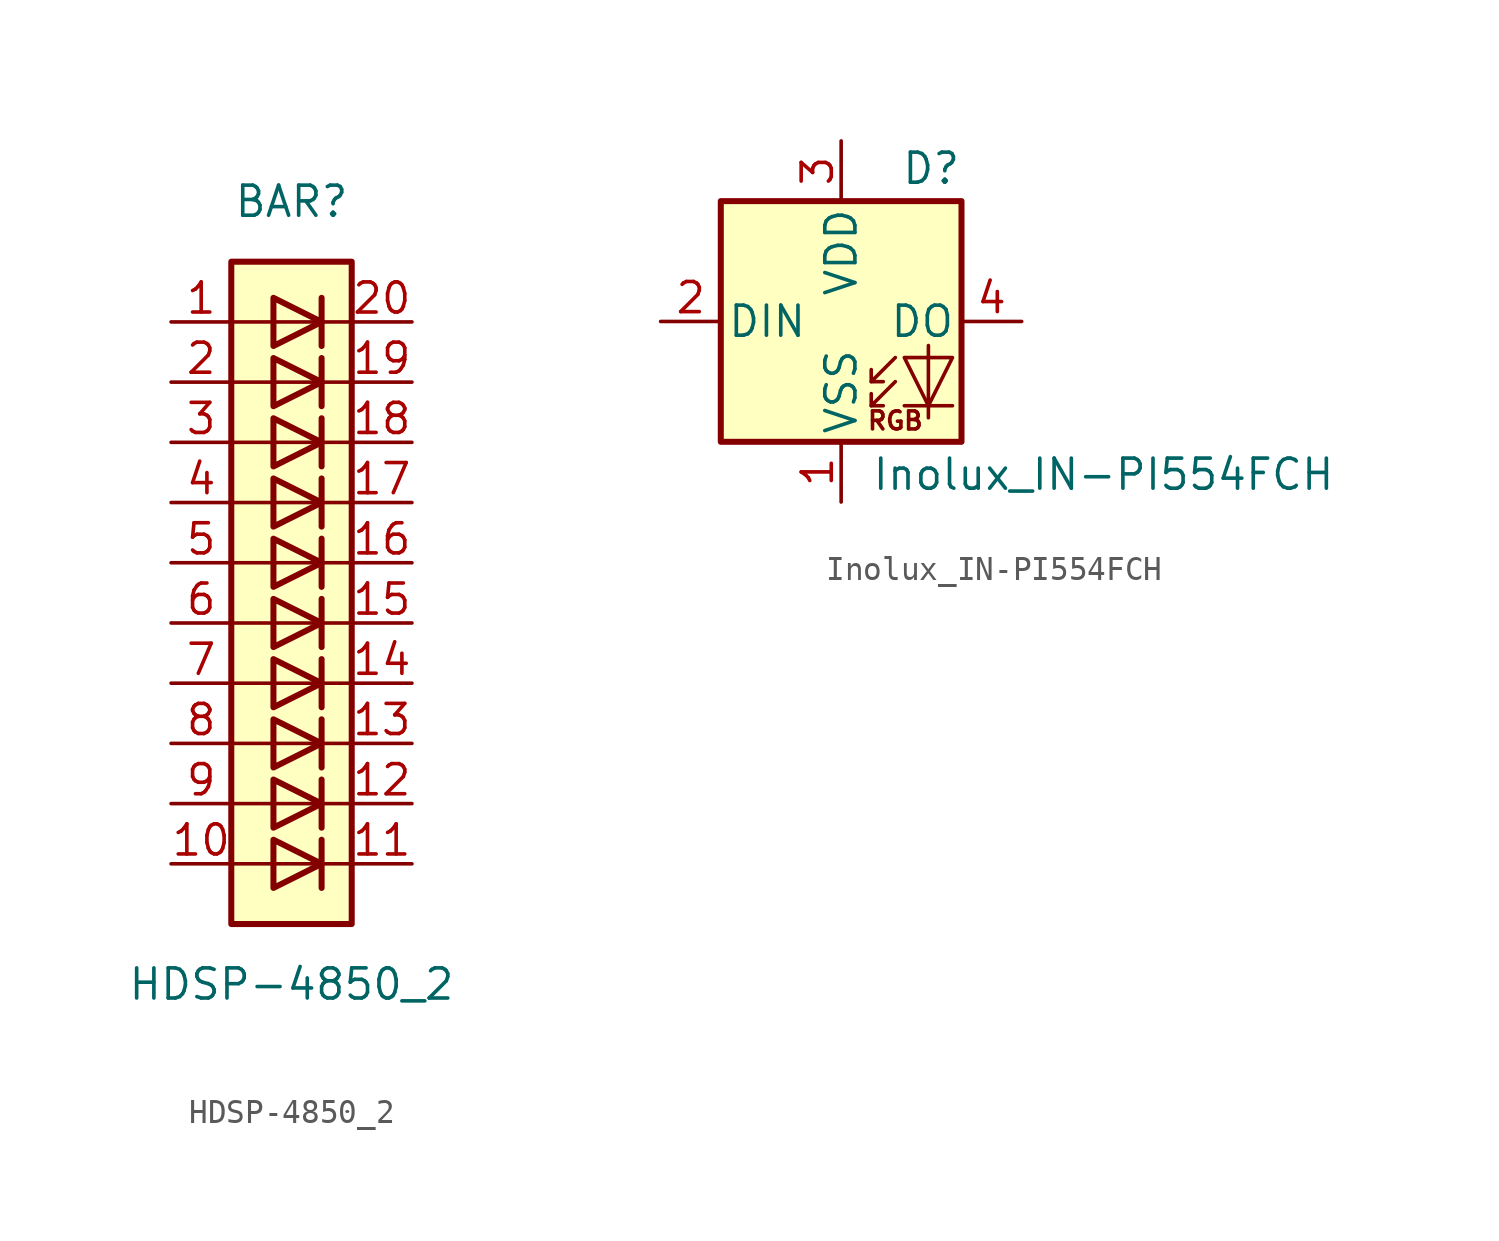
<source format=kicad_sym>
(kicad_symbol_lib
  (version 20211014)
  (generator kicad_symbol_editor)
  (symbol "HDSP-4850_2"
    (pin_names
      (offset 1.016) hide)
    (property "Reference" "BAR"
      (at 0 15.24 0)
      (effects (font (size 1.27 1.27))))
    (property "Value" "HDSP-4850_2"
      (at 0 -17.78 0)
      (effects (font (size 1.27 1.27))))
    (symbol "HDSP-4850_2_0_1"
      (rectangle (start -2.54 12.7) (end 2.54 -15.24) (stroke (width 0.254) (type default) (color 0 0 0 0)) (fill (type background)))
      (polyline (pts (xy -2.54 -12.7) (xy 2.54 -12.7)) (stroke (width 0) (type default) (color 0 0 0 0)) (fill (type none)))
      (polyline (pts (xy -2.54 -10.16) (xy 2.54 -10.16)) (stroke (width 0) (type default) (color 0 0 0 0)) (fill (type none)))
      (polyline (pts (xy -2.54 -7.62) (xy 2.54 -7.62)) (stroke (width 0) (type default) (color 0 0 0 0)) (fill (type none)))
      (polyline (pts (xy -2.54 -5.08) (xy 2.54 -5.08)) (stroke (width 0) (type default) (color 0 0 0 0)) (fill (type none)))
      (polyline (pts (xy -2.54 0) (xy 2.54 0)) (stroke (width 0) (type default) (color 0 0 0 0)) (fill (type none)))
      (polyline (pts (xy -2.54 5.08) (xy 2.54 5.08)) (stroke (width 0) (type default) (color 0 0 0 0)) (fill (type none)))
      (polyline (pts (xy -2.54 7.62) (xy 2.54 7.62)) (stroke (width 0) (type default) (color 0 0 0 0)) (fill (type none)))
      (polyline (pts (xy -2.54 10.16) (xy 2.54 10.16)) (stroke (width 0) (type default) (color 0 0 0 0)) (fill (type none)))
      (polyline (pts (xy 1.27 -11.684) (xy 1.27 -13.716)) (stroke (width 0.254) (type default) (color 0 0 0 0)) (fill (type none)))
      (polyline (pts (xy 1.27 -9.144) (xy 1.27 -11.176)) (stroke (width 0.254) (type default) (color 0 0 0 0)) (fill (type none)))
      (polyline (pts (xy 1.27 -6.604) (xy 1.27 -8.636)) (stroke (width 0.254) (type default) (color 0 0 0 0)) (fill (type none)))
      (polyline (pts (xy 1.27 -4.064) (xy 1.27 -6.096)) (stroke (width 0.254) (type default) (color 0 0 0 0)) (fill (type none)))
      (polyline (pts (xy 1.27 -1.524) (xy 1.27 -3.556)) (stroke (width 0.254) (type default) (color 0 0 0 0)) (fill (type none)))
      (polyline (pts (xy 1.27 1.016) (xy 1.27 -1.016)) (stroke (width 0.254) (type default) (color 0 0 0 0)) (fill (type none)))
      (polyline (pts (xy 1.27 3.556) (xy 1.27 1.524)) (stroke (width 0.254) (type default) (color 0 0 0 0)) (fill (type none)))
      (polyline (pts (xy 1.27 6.096) (xy 1.27 4.064)) (stroke (width 0.254) (type default) (color 0 0 0 0)) (fill (type none)))
      (polyline (pts (xy 1.27 8.636) (xy 1.27 6.604)) (stroke (width 0.254) (type default) (color 0 0 0 0)) (fill (type none)))
      (polyline (pts (xy 1.27 11.176) (xy 1.27 9.144)) (stroke (width 0.254) (type default) (color 0 0 0 0)) (fill (type none)))
      (polyline (pts (xy 2.54 -2.54) (xy -2.54 -2.54)) (stroke (width 0) (type default) (color 0 0 0 0)) (fill (type none)))
      (polyline (pts (xy 2.54 2.54) (xy -2.54 2.54)) (stroke (width 0) (type default) (color 0 0 0 0)) (fill (type none)))
      (polyline (pts (xy -0.762 -11.684) (xy -0.762 -13.716) (xy 1.27 -12.7) (xy -0.762 -11.684)) (stroke (width 0.254) (type default) (color 0 0 0 0)) (fill (type none)))
      (polyline (pts (xy -0.762 -9.144) (xy -0.762 -11.176) (xy 1.27 -10.16) (xy -0.762 -9.144)) (stroke (width 0.254) (type default) (color 0 0 0 0)) (fill (type none)))
      (polyline (pts (xy -0.762 -6.604) (xy -0.762 -8.636) (xy 1.27 -7.62) (xy -0.762 -6.604)) (stroke (width 0.254) (type default) (color 0 0 0 0)) (fill (type none)))
      (polyline (pts (xy -0.762 -4.064) (xy -0.762 -6.096) (xy 1.27 -5.08) (xy -0.762 -4.064)) (stroke (width 0.254) (type default) (color 0 0 0 0)) (fill (type none)))
      (polyline (pts (xy -0.762 -1.524) (xy -0.762 -3.556) (xy 1.27 -2.54) (xy -0.762 -1.524)) (stroke (width 0.254) (type default) (color 0 0 0 0)) (fill (type none)))
      (polyline (pts (xy -0.762 1.016) (xy -0.762 -1.016) (xy 1.27 0) (xy -0.762 1.016)) (stroke (width 0.254) (type default) (color 0 0 0 0)) (fill (type none)))
      (polyline (pts (xy -0.762 3.556) (xy -0.762 1.524) (xy 1.27 2.54) (xy -0.762 3.556)) (stroke (width 0.254) (type default) (color 0 0 0 0)) (fill (type none)))
      (polyline (pts (xy -0.762 6.096) (xy -0.762 4.064) (xy 1.27 5.08) (xy -0.762 6.096)) (stroke (width 0.254) (type default) (color 0 0 0 0)) (fill (type none)))
      (polyline (pts (xy -0.762 8.636) (xy -0.762 6.604) (xy 1.27 7.62) (xy -0.762 8.636)) (stroke (width 0.254) (type default) (color 0 0 0 0)) (fill (type none)))
      (polyline (pts (xy -0.762 11.176) (xy -0.762 9.144) (xy 1.27 10.16) (xy -0.762 11.176)) (stroke (width 0.254) (type default) (color 0 0 0 0)) (fill (type none))))
    (symbol "HDSP-4850_2_1_1"
      (pin passive line (at -5.08 10.16 0) (length 2.54) (name "A" (effects (font (size 1.27 1.27)))) (number "1" (effects (font (size 1.27 1.27)))))
      (pin passive line (at -5.08 -12.7 0) (length 2.54) (name "A" (effects (font (size 1.27 1.27)))) (number "10" (effects (font (size 1.27 1.27)))))
      (pin passive line (at 5.08 -12.7 180) (length 2.54) (name "K" (effects (font (size 1.27 1.27)))) (number "11" (effects (font (size 1.27 1.27)))))
      (pin passive line (at 5.08 -10.16 180) (length 2.54) (name "K" (effects (font (size 1.27 1.27)))) (number "12" (effects (font (size 1.27 1.27)))))
      (pin passive line (at 5.08 -7.62 180) (length 2.54) (name "K" (effects (font (size 1.27 1.27)))) (number "13" (effects (font (size 1.27 1.27)))))
      (pin passive line (at 5.08 -5.08 180) (length 2.54) (name "K" (effects (font (size 1.27 1.27)))) (number "14" (effects (font (size 1.27 1.27)))))
      (pin passive line (at 5.08 -2.54 180) (length 2.54) (name "K" (effects (font (size 1.27 1.27)))) (number "15" (effects (font (size 1.27 1.27)))))
      (pin passive line (at 5.08 0 180) (length 2.54) (name "K" (effects (font (size 1.27 1.27)))) (number "16" (effects (font (size 1.27 1.27)))))
      (pin passive line (at 5.08 2.54 180) (length 2.54) (name "K" (effects (font (size 1.27 1.27)))) (number "17" (effects (font (size 1.27 1.27)))))
      (pin passive line (at 5.08 5.08 180) (length 2.54) (name "K" (effects (font (size 1.27 1.27)))) (number "18" (effects (font (size 1.27 1.27)))))
      (pin passive line (at 5.08 7.62 180) (length 2.54) (name "K" (effects (font (size 1.27 1.27)))) (number "19" (effects (font (size 1.27 1.27)))))
      (pin passive line (at -5.08 7.62 0) (length 2.54) (name "A" (effects (font (size 1.27 1.27)))) (number "2" (effects (font (size 1.27 1.27)))))
      (pin passive line (at 5.08 10.16 180) (length 2.54) (name "K" (effects (font (size 1.27 1.27)))) (number "20" (effects (font (size 1.27 1.27)))))
      (pin passive line (at -5.08 5.08 0) (length 2.54) (name "A" (effects (font (size 1.27 1.27)))) (number "3" (effects (font (size 1.27 1.27)))))
      (pin passive line (at -5.08 2.54 0) (length 2.54) (name "A" (effects (font (size 1.27 1.27)))) (number "4" (effects (font (size 1.27 1.27)))))
      (pin passive line (at -5.08 0 0) (length 2.54) (name "A" (effects (font (size 1.27 1.27)))) (number "5" (effects (font (size 1.27 1.27)))))
      (pin passive line (at -5.08 -2.54 0) (length 2.54) (name "A" (effects (font (size 1.27 1.27)))) (number "6" (effects (font (size 1.27 1.27)))))
      (pin passive line (at -5.08 -5.08 0) (length 2.54) (name "A" (effects (font (size 1.27 1.27)))) (number "7" (effects (font (size 1.27 1.27)))))
      (pin passive line (at -5.08 -7.62 0) (length 2.54) (name "A" (effects (font (size 1.27 1.27)))) (number "8" (effects (font (size 1.27 1.27)))))
      (pin passive line (at -5.08 -10.16 0) (length 2.54) (name "A" (effects (font (size 1.27 1.27)))) (number "9" (effects (font (size 1.27 1.27)))))))
  (symbol "Inolux_IN-PI554FCH"
    (pin_names
      (offset 0.254))
    (property "Reference" "D"
      (at 5.08 5.715 0)
      (effects (font (size 1.27 1.27)) (justify right bottom)))
    (property "Value" "Inolux_IN-PI554FCH"
      (at 1.27 -5.715 0)
      (effects (font (size 1.27 1.27)) (justify left top)))
    (symbol "Inolux_IN-PI554FCH_0_0"
      (text "RGB" (at 2.286 -4.191 0) (effects (font (size 0.762 0.762)))))
    (symbol "Inolux_IN-PI554FCH_0_1"
      (polyline (pts (xy 1.27 -3.556) (xy 1.778 -3.556)) (stroke (width 0) (type default) (color 0 0 0 0)) (fill (type none)))
      (polyline (pts (xy 1.27 -2.54) (xy 1.778 -2.54)) (stroke (width 0) (type default) (color 0 0 0 0)) (fill (type none)))
      (polyline (pts (xy 4.699 -3.556) (xy 2.667 -3.556)) (stroke (width 0) (type default) (color 0 0 0 0)) (fill (type none)))
      (polyline (pts (xy 2.286 -2.54) (xy 1.27 -3.556) (xy 1.27 -3.048)) (stroke (width 0) (type default) (color 0 0 0 0)) (fill (type none)))
      (polyline (pts (xy 2.286 -1.524) (xy 1.27 -2.54) (xy 1.27 -2.032)) (stroke (width 0) (type default) (color 0 0 0 0)) (fill (type none)))
      (polyline (pts (xy 3.683 -1.016) (xy 3.683 -3.556) (xy 3.683 -4.064)) (stroke (width 0) (type default) (color 0 0 0 0)) (fill (type none)))
      (polyline (pts (xy 4.699 -1.524) (xy 2.667 -1.524) (xy 3.683 -3.556) (xy 4.699 -1.524)) (stroke (width 0) (type default) (color 0 0 0 0)) (fill (type none)))
      (rectangle (start 5.08 5.08) (end -5.08 -5.08) (stroke (width 0.254) (type default) (color 0 0 0 0)) (fill (type background))))
    (symbol "Inolux_IN-PI554FCH_1_1"
      (pin power_in line (at 0 -7.62 90) (length 2.54) (name "VSS" (effects (font (size 1.27 1.27)))) (number "1" (effects (font (size 1.27 1.27)))))
      (pin input line (at -7.62 0 0) (length 2.54) (name "DIN" (effects (font (size 1.27 1.27)))) (number "2" (effects (font (size 1.27 1.27)))))
      (pin power_in line (at 0 7.62 270) (length 2.54) (name "VDD" (effects (font (size 1.27 1.27)))) (number "3" (effects (font (size 1.27 1.27)))))
      (pin output line (at 7.62 0 180) (length 2.54) (name "DO" (effects (font (size 1.27 1.27)))) (number "4" (effects (font (size 1.27 1.27))))))))
</source>
